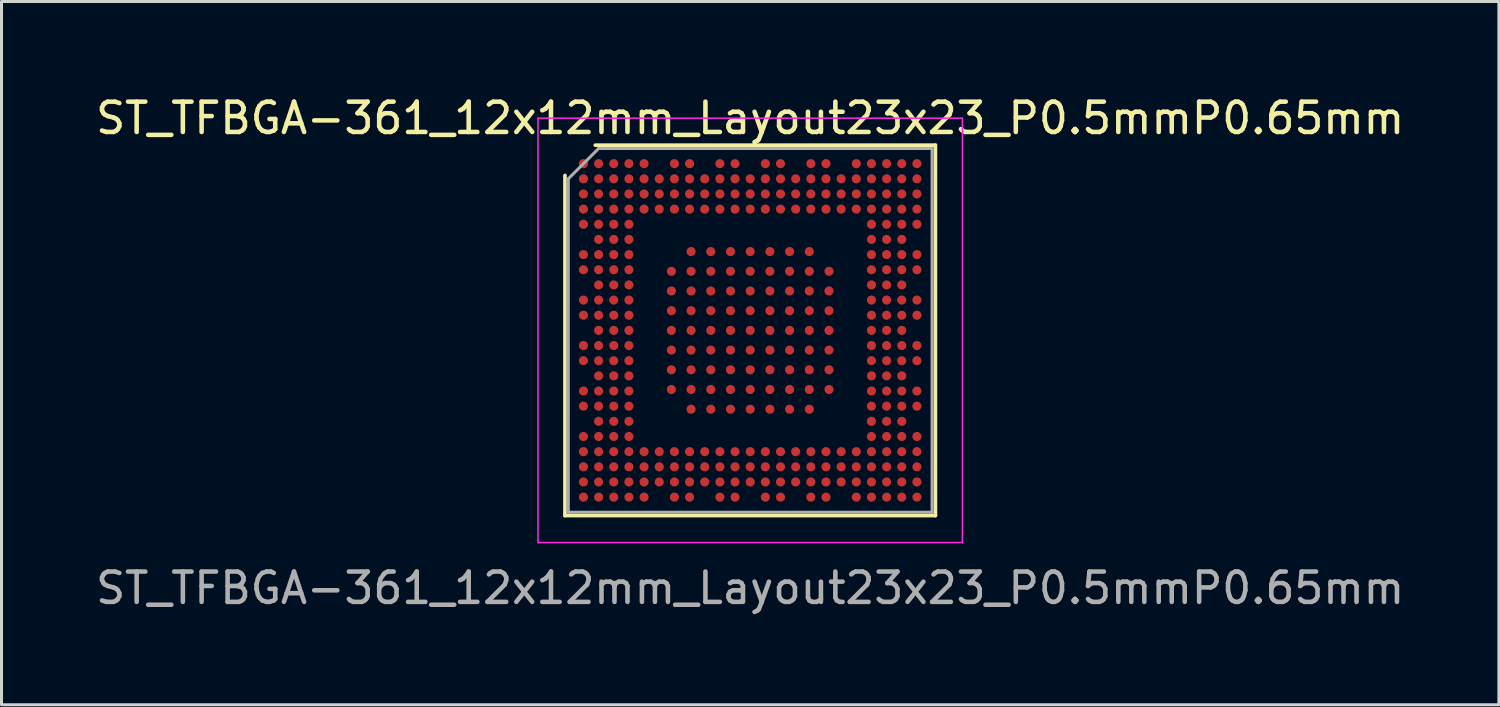
<source format=kicad_pcb>
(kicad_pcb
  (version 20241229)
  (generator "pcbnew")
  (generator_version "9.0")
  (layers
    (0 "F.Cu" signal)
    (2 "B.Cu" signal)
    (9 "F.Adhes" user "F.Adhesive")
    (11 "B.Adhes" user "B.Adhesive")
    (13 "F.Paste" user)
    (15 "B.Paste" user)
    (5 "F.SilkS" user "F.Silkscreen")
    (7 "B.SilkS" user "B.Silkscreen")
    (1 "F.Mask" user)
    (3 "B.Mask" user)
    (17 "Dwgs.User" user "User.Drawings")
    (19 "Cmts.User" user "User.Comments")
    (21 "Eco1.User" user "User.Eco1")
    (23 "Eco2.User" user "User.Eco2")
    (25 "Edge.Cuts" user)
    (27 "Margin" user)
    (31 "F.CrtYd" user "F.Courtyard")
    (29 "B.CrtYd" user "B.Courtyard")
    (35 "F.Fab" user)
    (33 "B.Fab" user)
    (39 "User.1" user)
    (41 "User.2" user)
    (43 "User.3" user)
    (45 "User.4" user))
  (footprint "ST_TFBGA-361_12x12mm_Layout23x23_P0.5mmP0.65mm"
    (layer "F.Cu")
    (at 21.696 7.848)
    (property "Reference" "ST_TFBGA-361_12x12mm_Layout23x23_P0.5mmP0.65mm" (at 0 -7 0) (layer "F.SilkS") (effects (font (size 1 1) (thickness 0.15))))
    (attr smd)
    (fp_line (start -6.11 6.11) (end -6.11 -5.11) (stroke (width 0.12) (type solid)) (layer "F.SilkS"))
    (fp_line (start -5.11 -6.11) (end 6.11 -6.11) (stroke (width 0.12) (type solid)) (layer "F.SilkS"))
    (fp_line (start 6.11 -6.11) (end 6.11 6.11) (stroke (width 0.12) (type solid)) (layer "F.SilkS"))
    (fp_line (start 6.11 6.11) (end -6.11 6.11) (stroke (width 0.12) (type solid)) (layer "F.SilkS"))
    (fp_line (start -7 -7) (end -7 7) (stroke (width 0.05) (type solid)) (layer "F.CrtYd"))
    (fp_line (start -7 7) (end 7 7) (stroke (width 0.05) (type solid)) (layer "F.CrtYd"))
    (fp_line (start 7 -7) (end -7 -7) (stroke (width 0.05) (type solid)) (layer "F.CrtYd"))
    (fp_line (start 7 7) (end 7 -7) (stroke (width 0.05) (type solid)) (layer "F.CrtYd"))
    (fp_line (start -6 -5) (end -5 -6) (stroke (width 0.1) (type solid)) (layer "F.Fab"))
    (fp_line (start -6 6) (end -6 -5) (stroke (width 0.1) (type solid)) (layer "F.Fab"))
    (fp_line (start -5 -6) (end 6 -6) (stroke (width 0.1) (type solid)) (layer "F.Fab"))
    (fp_line (start 6 -6) (end 6 6) (stroke (width 0.1) (type solid)) (layer "F.Fab"))
    (fp_line (start 6 6) (end -6 6) (stroke (width 0.1) (type solid)) (layer "F.Fab"))
    (fp_text user "${REFERENCE}" (at 0 8.5 0) (layer "F.Fab") (effects (font (size 1 1) (thickness 0.15))))
    (pad "1A2" smd circle (at -1.95 -2.6) (size 0.3 0.3) (layers "F.Cu" "F.Mask" "F.Paste"))
    (pad "1A3" smd circle (at -1.3 -2.6) (size 0.3 0.3) (layers "F.Cu" "F.Mask" "F.Paste"))
    (pad "1A4" smd circle (at -0.65 -2.6) (size 0.3 0.3) (layers "F.Cu" "F.Mask" "F.Paste"))
    (pad "1A5" smd circle (at 0 -2.6) (size 0.3 0.3) (layers "F.Cu" "F.Mask" "F.Paste"))
    (pad "1A6" smd circle (at 0.65 -2.6) (size 0.3 0.3) (layers "F.Cu" "F.Mask" "F.Paste"))
    (pad "1A7" smd circle (at 1.3 -2.6) (size 0.3 0.3) (layers "F.Cu" "F.Mask" "F.Paste"))
    (pad "1A8" smd circle (at 1.95 -2.6) (size 0.3 0.3) (layers "F.Cu" "F.Mask" "F.Paste"))
    (pad "1B1" smd circle (at -2.6 -1.95) (size 0.3 0.3) (layers "F.Cu" "F.Mask" "F.Paste"))
    (pad "1B2" smd circle (at -1.95 -1.95) (size 0.3 0.3) (layers "F.Cu" "F.Mask" "F.Paste"))
    (pad "1B3" smd circle (at -1.3 -1.95) (size 0.3 0.3) (layers "F.Cu" "F.Mask" "F.Paste"))
    (pad "1B4" smd circle (at -0.65 -1.95) (size 0.3 0.3) (layers "F.Cu" "F.Mask" "F.Paste"))
    (pad "1B5" smd circle (at 0 -1.95) (size 0.3 0.3) (layers "F.Cu" "F.Mask" "F.Paste"))
    (pad "1B6" smd circle (at 0.65 -1.95) (size 0.3 0.3) (layers "F.Cu" "F.Mask" "F.Paste"))
    (pad "1B7" smd circle (at 1.3 -1.95) (size 0.3 0.3) (layers "F.Cu" "F.Mask" "F.Paste"))
    (pad "1B8" smd circle (at 1.95 -1.95) (size 0.3 0.3) (layers "F.Cu" "F.Mask" "F.Paste"))
    (pad "1B9" smd circle (at 2.6 -1.95) (size 0.3 0.3) (layers "F.Cu" "F.Mask" "F.Paste"))
    (pad "1C1" smd circle (at -2.6 -1.3) (size 0.3 0.3) (layers "F.Cu" "F.Mask" "F.Paste"))
    (pad "1C2" smd circle (at -1.95 -1.3) (size 0.3 0.3) (layers "F.Cu" "F.Mask" "F.Paste"))
    (pad "1C3" smd circle (at -1.3 -1.3) (size 0.3 0.3) (layers "F.Cu" "F.Mask" "F.Paste"))
    (pad "1C4" smd circle (at -0.65 -1.3) (size 0.3 0.3) (layers "F.Cu" "F.Mask" "F.Paste"))
    (pad "1C5" smd circle (at 0 -1.3) (size 0.3 0.3) (layers "F.Cu" "F.Mask" "F.Paste"))
    (pad "1C6" smd circle (at 0.65 -1.3) (size 0.3 0.3) (layers "F.Cu" "F.Mask" "F.Paste"))
    (pad "1C7" smd circle (at 1.3 -1.3) (size 0.3 0.3) (layers "F.Cu" "F.Mask" "F.Paste"))
    (pad "1C8" smd circle (at 1.95 -1.3) (size 0.3 0.3) (layers "F.Cu" "F.Mask" "F.Paste"))
    (pad "1C9" smd circle (at 2.6 -1.3) (size 0.3 0.3) (layers "F.Cu" "F.Mask" "F.Paste"))
    (pad "1D1" smd circle (at -2.6 -0.65) (size 0.3 0.3) (layers "F.Cu" "F.Mask" "F.Paste"))
    (pad "1D2" smd circle (at -1.95 -0.65) (size 0.3 0.3) (layers "F.Cu" "F.Mask" "F.Paste"))
    (pad "1D3" smd circle (at -1.3 -0.65) (size 0.3 0.3) (layers "F.Cu" "F.Mask" "F.Paste"))
    (pad "1D4" smd circle (at -0.65 -0.65) (size 0.3 0.3) (layers "F.Cu" "F.Mask" "F.Paste"))
    (pad "1D5" smd circle (at 0 -0.65) (size 0.3 0.3) (layers "F.Cu" "F.Mask" "F.Paste"))
    (pad "1D6" smd circle (at 0.65 -0.65) (size 0.3 0.3) (layers "F.Cu" "F.Mask" "F.Paste"))
    (pad "1D7" smd circle (at 1.3 -0.65) (size 0.3 0.3) (layers "F.Cu" "F.Mask" "F.Paste"))
    (pad "1D8" smd circle (at 1.95 -0.65) (size 0.3 0.3) (layers "F.Cu" "F.Mask" "F.Paste"))
    (pad "1D9" smd circle (at 2.6 -0.65) (size 0.3 0.3) (layers "F.Cu" "F.Mask" "F.Paste"))
    (pad "1E1" smd circle (at -2.6 0) (size 0.3 0.3) (layers "F.Cu" "F.Mask" "F.Paste"))
    (pad "1E2" smd circle (at -1.95 0) (size 0.3 0.3) (layers "F.Cu" "F.Mask" "F.Paste"))
    (pad "1E3" smd circle (at -1.3 0) (size 0.3 0.3) (layers "F.Cu" "F.Mask" "F.Paste"))
    (pad "1E4" smd circle (at -0.65 0) (size 0.3 0.3) (layers "F.Cu" "F.Mask" "F.Paste"))
    (pad "1E5" smd circle (at 0 0) (size 0.3 0.3) (layers "F.Cu" "F.Mask" "F.Paste"))
    (pad "1E6" smd circle (at 0.65 0) (size 0.3 0.3) (layers "F.Cu" "F.Mask" "F.Paste"))
    (pad "1E7" smd circle (at 1.3 0) (size 0.3 0.3) (layers "F.Cu" "F.Mask" "F.Paste"))
    (pad "1E8" smd circle (at 1.95 0) (size 0.3 0.3) (layers "F.Cu" "F.Mask" "F.Paste"))
    (pad "1E9" smd circle (at 2.6 0) (size 0.3 0.3) (layers "F.Cu" "F.Mask" "F.Paste"))
    (pad "1F1" smd circle (at -2.6 0.65) (size 0.3 0.3) (layers "F.Cu" "F.Mask" "F.Paste"))
    (pad "1F2" smd circle (at -1.95 0.65) (size 0.3 0.3) (layers "F.Cu" "F.Mask" "F.Paste"))
    (pad "1F3" smd circle (at -1.3 0.65) (size 0.3 0.3) (layers "F.Cu" "F.Mask" "F.Paste"))
    (pad "1F4" smd circle (at -0.65 0.65) (size 0.3 0.3) (layers "F.Cu" "F.Mask" "F.Paste"))
    (pad "1F5" smd circle (at 0 0.65) (size 0.3 0.3) (layers "F.Cu" "F.Mask" "F.Paste"))
    (pad "1F6" smd circle (at 0.65 0.65) (size 0.3 0.3) (layers "F.Cu" "F.Mask" "F.Paste"))
    (pad "1F7" smd circle (at 1.3 0.65) (size 0.3 0.3) (layers "F.Cu" "F.Mask" "F.Paste"))
    (pad "1F8" smd circle (at 1.95 0.65) (size 0.3 0.3) (layers "F.Cu" "F.Mask" "F.Paste"))
    (pad "1F9" smd circle (at 2.6 0.65) (size 0.3 0.3) (layers "F.Cu" "F.Mask" "F.Paste"))
    (pad "1G1" smd circle (at -2.6 1.3) (size 0.3 0.3) (layers "F.Cu" "F.Mask" "F.Paste"))
    (pad "1G2" smd circle (at -1.95 1.3) (size 0.3 0.3) (layers "F.Cu" "F.Mask" "F.Paste"))
    (pad "1G3" smd circle (at -1.3 1.3) (size 0.3 0.3) (layers "F.Cu" "F.Mask" "F.Paste"))
    (pad "1G4" smd circle (at -0.65 1.3) (size 0.3 0.3) (layers "F.Cu" "F.Mask" "F.Paste"))
    (pad "1G5" smd circle (at 0 1.3) (size 0.3 0.3) (layers "F.Cu" "F.Mask" "F.Paste"))
    (pad "1G6" smd circle (at 0.65 1.3) (size 0.3 0.3) (layers "F.Cu" "F.Mask" "F.Paste"))
    (pad "1G7" smd circle (at 1.3 1.3) (size 0.3 0.3) (layers "F.Cu" "F.Mask" "F.Paste"))
    (pad "1G8" smd circle (at 1.95 1.3) (size 0.3 0.3) (layers "F.Cu" "F.Mask" "F.Paste"))
    (pad "1G9" smd circle (at 2.6 1.3) (size 0.3 0.3) (layers "F.Cu" "F.Mask" "F.Paste"))
    (pad "1H1" smd circle (at -2.6 1.95) (size 0.3 0.3) (layers "F.Cu" "F.Mask" "F.Paste"))
    (pad "1H2" smd circle (at -1.95 1.95) (size 0.3 0.3) (layers "F.Cu" "F.Mask" "F.Paste"))
    (pad "1H3" smd circle (at -1.3 1.95) (size 0.3 0.3) (layers "F.Cu" "F.Mask" "F.Paste"))
    (pad "1H4" smd circle (at -0.65 1.95) (size 0.3 0.3) (layers "F.Cu" "F.Mask" "F.Paste"))
    (pad "1H5" smd circle (at 0 1.95) (size 0.3 0.3) (layers "F.Cu" "F.Mask" "F.Paste"))
    (pad "1H6" smd circle (at 0.65 1.95) (size 0.3 0.3) (layers "F.Cu" "F.Mask" "F.Paste"))
    (pad "1H7" smd circle (at 1.3 1.95) (size 0.3 0.3) (layers "F.Cu" "F.Mask" "F.Paste"))
    (pad "1H8" smd circle (at 1.95 1.95) (size 0.3 0.3) (layers "F.Cu" "F.Mask" "F.Paste"))
    (pad "1H9" smd circle (at 2.6 1.95) (size 0.3 0.3) (layers "F.Cu" "F.Mask" "F.Paste"))
    (pad "1J2" smd circle (at -1.95 2.6) (size 0.3 0.3) (layers "F.Cu" "F.Mask" "F.Paste"))
    (pad "1J3" smd circle (at -1.3 2.6) (size 0.3 0.3) (layers "F.Cu" "F.Mask" "F.Paste"))
    (pad "1J4" smd circle (at -0.65 2.6) (size 0.3 0.3) (layers "F.Cu" "F.Mask" "F.Paste"))
    (pad "1J5" smd circle (at 0 2.6) (size 0.3 0.3) (layers "F.Cu" "F.Mask" "F.Paste"))
    (pad "1J6" smd circle (at 0.65 2.6) (size 0.3 0.3) (layers "F.Cu" "F.Mask" "F.Paste"))
    (pad "1J7" smd circle (at 1.3 2.6) (size 0.3 0.3) (layers "F.Cu" "F.Mask" "F.Paste"))
    (pad "1J8" smd circle (at 1.95 2.6) (size 0.3 0.3) (layers "F.Cu" "F.Mask" "F.Paste"))
    (pad "A1" smd circle (at -5.5 -5.5) (size 0.3 0.3) (layers "F.Cu" "F.Mask" "F.Paste"))
    (pad "A2" smd circle (at -5 -5.5) (size 0.3 0.3) (layers "F.Cu" "F.Mask" "F.Paste"))
    (pad "A3" smd circle (at -4.5 -5.5) (size 0.3 0.3) (layers "F.Cu" "F.Mask" "F.Paste"))
    (pad "A4" smd circle (at -4 -5.5) (size 0.3 0.3) (layers "F.Cu" "F.Mask" "F.Paste"))
    (pad "A5" smd circle (at -3.5 -5.5) (size 0.3 0.3) (layers "F.Cu" "F.Mask" "F.Paste"))
    (pad "A7" smd circle (at -2.5 -5.5) (size 0.3 0.3) (layers "F.Cu" "F.Mask" "F.Paste"))
    (pad "A8" smd circle (at -2 -5.5) (size 0.3 0.3) (layers "F.Cu" "F.Mask" "F.Paste"))
    (pad "A10" smd circle (at -1 -5.5) (size 0.3 0.3) (layers "F.Cu" "F.Mask" "F.Paste"))
    (pad "A11" smd circle (at -0.5 -5.5) (size 0.3 0.3) (layers "F.Cu" "F.Mask" "F.Paste"))
    (pad "A13" smd circle (at 0.5 -5.5) (size 0.3 0.3) (layers "F.Cu" "F.Mask" "F.Paste"))
    (pad "A14" smd circle (at 1 -5.5) (size 0.3 0.3) (layers "F.Cu" "F.Mask" "F.Paste"))
    (pad "A16" smd circle (at 2 -5.5) (size 0.3 0.3) (layers "F.Cu" "F.Mask" "F.Paste"))
    (pad "A17" smd circle (at 2.5 -5.5) (size 0.3 0.3) (layers "F.Cu" "F.Mask" "F.Paste"))
    (pad "A19" smd circle (at 3.5 -5.5) (size 0.3 0.3) (layers "F.Cu" "F.Mask" "F.Paste"))
    (pad "A20" smd circle (at 4 -5.5) (size 0.3 0.3) (layers "F.Cu" "F.Mask" "F.Paste"))
    (pad "A21" smd circle (at 4.5 -5.5) (size 0.3 0.3) (layers "F.Cu" "F.Mask" "F.Paste"))
    (pad "A22" smd circle (at 5 -5.5) (size 0.3 0.3) (layers "F.Cu" "F.Mask" "F.Paste"))
    (pad "A23" smd circle (at 5.5 -5.5) (size 0.3 0.3) (layers "F.Cu" "F.Mask" "F.Paste"))
    (pad "AA1" smd circle (at -5.5 4.5) (size 0.3 0.3) (layers "F.Cu" "F.Mask" "F.Paste"))
    (pad "AA2" smd circle (at -5 4.5) (size 0.3 0.3) (layers "F.Cu" "F.Mask" "F.Paste"))
    (pad "AA3" smd circle (at -4.5 4.5) (size 0.3 0.3) (layers "F.Cu" "F.Mask" "F.Paste"))
    (pad "AA4" smd circle (at -4 4.5) (size 0.3 0.3) (layers "F.Cu" "F.Mask" "F.Paste"))
    (pad "AA5" smd circle (at -3.5 4.5) (size 0.3 0.3) (layers "F.Cu" "F.Mask" "F.Paste"))
    (pad "AA6" smd circle (at -3 4.5) (size 0.3 0.3) (layers "F.Cu" "F.Mask" "F.Paste"))
    (pad "AA7" smd circle (at -2.5 4.5) (size 0.3 0.3) (layers "F.Cu" "F.Mask" "F.Paste"))
    (pad "AA8" smd circle (at -2 4.5) (size 0.3 0.3) (layers "F.Cu" "F.Mask" "F.Paste"))
    (pad "AA9" smd circle (at -1.5 4.5) (size 0.3 0.3) (layers "F.Cu" "F.Mask" "F.Paste"))
    (pad "AA10" smd circle (at -1 4.5) (size 0.3 0.3) (layers "F.Cu" "F.Mask" "F.Paste"))
    (pad "AA11" smd circle (at -0.5 4.5) (size 0.3 0.3) (layers "F.Cu" "F.Mask" "F.Paste"))
    (pad "AA12" smd circle (at 0 4.5) (size 0.3 0.3) (layers "F.Cu" "F.Mask" "F.Paste"))
    (pad "AA13" smd circle (at 0.5 4.5) (size 0.3 0.3) (layers "F.Cu" "F.Mask" "F.Paste"))
    (pad "AA14" smd circle (at 1 4.5) (size 0.3 0.3) (layers "F.Cu" "F.Mask" "F.Paste"))
    (pad "AA15" smd circle (at 1.5 4.5) (size 0.3 0.3) (layers "F.Cu" "F.Mask" "F.Paste"))
    (pad "AA16" smd circle (at 2 4.5) (size 0.3 0.3) (layers "F.Cu" "F.Mask" "F.Paste"))
    (pad "AA17" smd circle (at 2.5 4.5) (size 0.3 0.3) (layers "F.Cu" "F.Mask" "F.Paste"))
    (pad "AA18" smd circle (at 3 4.5) (size 0.3 0.3) (layers "F.Cu" "F.Mask" "F.Paste"))
    (pad "AA19" smd circle (at 3.5 4.5) (size 0.3 0.3) (layers "F.Cu" "F.Mask" "F.Paste"))
    (pad "AA20" smd circle (at 4 4.5) (size 0.3 0.3) (layers "F.Cu" "F.Mask" "F.Paste"))
    (pad "AA21" smd circle (at 4.5 4.5) (size 0.3 0.3) (layers "F.Cu" "F.Mask" "F.Paste"))
    (pad "AA22" smd circle (at 5 4.5) (size 0.3 0.3) (layers "F.Cu" "F.Mask" "F.Paste"))
    (pad "AA23" smd circle (at 5.5 4.5) (size 0.3 0.3) (layers "F.Cu" "F.Mask" "F.Paste"))
    (pad "AB1" smd circle (at -5.5 5) (size 0.3 0.3) (layers "F.Cu" "F.Mask" "F.Paste"))
    (pad "AB2" smd circle (at -5 5) (size 0.3 0.3) (layers "F.Cu" "F.Mask" "F.Paste"))
    (pad "AB3" smd circle (at -4.5 5) (size 0.3 0.3) (layers "F.Cu" "F.Mask" "F.Paste"))
    (pad "AB4" smd circle (at -4 5) (size 0.3 0.3) (layers "F.Cu" "F.Mask" "F.Paste"))
    (pad "AB5" smd circle (at -3.5 5) (size 0.3 0.3) (layers "F.Cu" "F.Mask" "F.Paste"))
    (pad "AB6" smd circle (at -3 5) (size 0.3 0.3) (layers "F.Cu" "F.Mask" "F.Paste"))
    (pad "AB7" smd circle (at -2.5 5) (size 0.3 0.3) (layers "F.Cu" "F.Mask" "F.Paste"))
    (pad "AB8" smd circle (at -2 5) (size 0.3 0.3) (layers "F.Cu" "F.Mask" "F.Paste"))
    (pad "AB9" smd circle (at -1.5 5) (size 0.3 0.3) (layers "F.Cu" "F.Mask" "F.Paste"))
    (pad "AB10" smd circle (at -1 5) (size 0.3 0.3) (layers "F.Cu" "F.Mask" "F.Paste"))
    (pad "AB11" smd circle (at -0.5 5) (size 0.3 0.3) (layers "F.Cu" "F.Mask" "F.Paste"))
    (pad "AB12" smd circle (at 0 5) (size 0.3 0.3) (layers "F.Cu" "F.Mask" "F.Paste"))
    (pad "AB13" smd circle (at 0.5 5) (size 0.3 0.3) (layers "F.Cu" "F.Mask" "F.Paste"))
    (pad "AB14" smd circle (at 1 5) (size 0.3 0.3) (layers "F.Cu" "F.Mask" "F.Paste"))
    (pad "AB15" smd circle (at 1.5 5) (size 0.3 0.3) (layers "F.Cu" "F.Mask" "F.Paste"))
    (pad "AB16" smd circle (at 2 5) (size 0.3 0.3) (layers "F.Cu" "F.Mask" "F.Paste"))
    (pad "AB17" smd circle (at 2.5 5) (size 0.3 0.3) (layers "F.Cu" "F.Mask" "F.Paste"))
    (pad "AB18" smd circle (at 3 5) (size 0.3 0.3) (layers "F.Cu" "F.Mask" "F.Paste"))
    (pad "AB19" smd circle (at 3.5 5) (size 0.3 0.3) (layers "F.Cu" "F.Mask" "F.Paste"))
    (pad "AB20" smd circle (at 4 5) (size 0.3 0.3) (layers "F.Cu" "F.Mask" "F.Paste"))
    (pad "AB21" smd circle (at 4.5 5) (size 0.3 0.3) (layers "F.Cu" "F.Mask" "F.Paste"))
    (pad "AB22" smd circle (at 5 5) (size 0.3 0.3) (layers "F.Cu" "F.Mask" "F.Paste"))
    (pad "AB23" smd circle (at 5.5 5) (size 0.3 0.3) (layers "F.Cu" "F.Mask" "F.Paste"))
    (pad "AC1" smd circle (at -5.5 5.5) (size 0.3 0.3) (layers "F.Cu" "F.Mask" "F.Paste"))
    (pad "AC2" smd circle (at -5 5.5) (size 0.3 0.3) (layers "F.Cu" "F.Mask" "F.Paste"))
    (pad "AC3" smd circle (at -4.5 5.5) (size 0.3 0.3) (layers "F.Cu" "F.Mask" "F.Paste"))
    (pad "AC4" smd circle (at -4 5.5) (size 0.3 0.3) (layers "F.Cu" "F.Mask" "F.Paste"))
    (pad "AC5" smd circle (at -3.5 5.5) (size 0.3 0.3) (layers "F.Cu" "F.Mask" "F.Paste"))
    (pad "AC7" smd circle (at -2.5 5.5) (size 0.3 0.3) (layers "F.Cu" "F.Mask" "F.Paste"))
    (pad "AC8" smd circle (at -2 5.5) (size 0.3 0.3) (layers "F.Cu" "F.Mask" "F.Paste"))
    (pad "AC10" smd circle (at -1 5.5) (size 0.3 0.3) (layers "F.Cu" "F.Mask" "F.Paste"))
    (pad "AC11" smd circle (at -0.5 5.5) (size 0.3 0.3) (layers "F.Cu" "F.Mask" "F.Paste"))
    (pad "AC13" smd circle (at 0.5 5.5) (size 0.3 0.3) (layers "F.Cu" "F.Mask" "F.Paste"))
    (pad "AC14" smd circle (at 1 5.5) (size 0.3 0.3) (layers "F.Cu" "F.Mask" "F.Paste"))
    (pad "AC16" smd circle (at 2 5.5) (size 0.3 0.3) (layers "F.Cu" "F.Mask" "F.Paste"))
    (pad "AC17" smd circle (at 2.5 5.5) (size 0.3 0.3) (layers "F.Cu" "F.Mask" "F.Paste"))
    (pad "AC19" smd circle (at 3.5 5.5) (size 0.3 0.3) (layers "F.Cu" "F.Mask" "F.Paste"))
    (pad "AC20" smd circle (at 4 5.5) (size 0.3 0.3) (layers "F.Cu" "F.Mask" "F.Paste"))
    (pad "AC21" smd circle (at 4.5 5.5) (size 0.3 0.3) (layers "F.Cu" "F.Mask" "F.Paste"))
    (pad "AC22" smd circle (at 5 5.5) (size 0.3 0.3) (layers "F.Cu" "F.Mask" "F.Paste"))
    (pad "AC23" smd circle (at 5.5 5.5) (size 0.3 0.3) (layers "F.Cu" "F.Mask" "F.Paste"))
    (pad "B1" smd circle (at -5.5 -5) (size 0.3 0.3) (layers "F.Cu" "F.Mask" "F.Paste"))
    (pad "B2" smd circle (at -5 -5) (size 0.3 0.3) (layers "F.Cu" "F.Mask" "F.Paste"))
    (pad "B3" smd circle (at -4.5 -5) (size 0.3 0.3) (layers "F.Cu" "F.Mask" "F.Paste"))
    (pad "B4" smd circle (at -4 -5) (size 0.3 0.3) (layers "F.Cu" "F.Mask" "F.Paste"))
    (pad "B5" smd circle (at -3.5 -5) (size 0.3 0.3) (layers "F.Cu" "F.Mask" "F.Paste"))
    (pad "B6" smd circle (at -3 -5) (size 0.3 0.3) (layers "F.Cu" "F.Mask" "F.Paste"))
    (pad "B7" smd circle (at -2.5 -5) (size 0.3 0.3) (layers "F.Cu" "F.Mask" "F.Paste"))
    (pad "B8" smd circle (at -2 -5) (size 0.3 0.3) (layers "F.Cu" "F.Mask" "F.Paste"))
    (pad "B9" smd circle (at -1.5 -5) (size 0.3 0.3) (layers "F.Cu" "F.Mask" "F.Paste"))
    (pad "B10" smd circle (at -1 -5) (size 0.3 0.3) (layers "F.Cu" "F.Mask" "F.Paste"))
    (pad "B11" smd circle (at -0.5 -5) (size 0.3 0.3) (layers "F.Cu" "F.Mask" "F.Paste"))
    (pad "B12" smd circle (at 0 -5) (size 0.3 0.3) (layers "F.Cu" "F.Mask" "F.Paste"))
    (pad "B13" smd circle (at 0.5 -5) (size 0.3 0.3) (layers "F.Cu" "F.Mask" "F.Paste"))
    (pad "B14" smd circle (at 1 -5) (size 0.3 0.3) (layers "F.Cu" "F.Mask" "F.Paste"))
    (pad "B15" smd circle (at 1.5 -5) (size 0.3 0.3) (layers "F.Cu" "F.Mask" "F.Paste"))
    (pad "B16" smd circle (at 2 -5) (size 0.3 0.3) (layers "F.Cu" "F.Mask" "F.Paste"))
    (pad "B17" smd circle (at 2.5 -5) (size 0.3 0.3) (layers "F.Cu" "F.Mask" "F.Paste"))
    (pad "B18" smd circle (at 3 -5) (size 0.3 0.3) (layers "F.Cu" "F.Mask" "F.Paste"))
    (pad "B19" smd circle (at 3.5 -5) (size 0.3 0.3) (layers "F.Cu" "F.Mask" "F.Paste"))
    (pad "B20" smd circle (at 4 -5) (size 0.3 0.3) (layers "F.Cu" "F.Mask" "F.Paste"))
    (pad "B21" smd circle (at 4.5 -5) (size 0.3 0.3) (layers "F.Cu" "F.Mask" "F.Paste"))
    (pad "B22" smd circle (at 5 -5) (size 0.3 0.3) (layers "F.Cu" "F.Mask" "F.Paste"))
    (pad "B23" smd circle (at 5.5 -5) (size 0.3 0.3) (layers "F.Cu" "F.Mask" "F.Paste"))
    (pad "C1" smd circle (at -5.5 -4.5) (size 0.3 0.3) (layers "F.Cu" "F.Mask" "F.Paste"))
    (pad "C2" smd circle (at -5 -4.5) (size 0.3 0.3) (layers "F.Cu" "F.Mask" "F.Paste"))
    (pad "C3" smd circle (at -4.5 -4.5) (size 0.3 0.3) (layers "F.Cu" "F.Mask" "F.Paste"))
    (pad "C4" smd circle (at -4 -4.5) (size 0.3 0.3) (layers "F.Cu" "F.Mask" "F.Paste"))
    (pad "C5" smd circle (at -3.5 -4.5) (size 0.3 0.3) (layers "F.Cu" "F.Mask" "F.Paste"))
    (pad "C6" smd circle (at -3 -4.5) (size 0.3 0.3) (layers "F.Cu" "F.Mask" "F.Paste"))
    (pad "C7" smd circle (at -2.5 -4.5) (size 0.3 0.3) (layers "F.Cu" "F.Mask" "F.Paste"))
    (pad "C8" smd circle (at -2 -4.5) (size 0.3 0.3) (layers "F.Cu" "F.Mask" "F.Paste"))
    (pad "C9" smd circle (at -1.5 -4.5) (size 0.3 0.3) (layers "F.Cu" "F.Mask" "F.Paste"))
    (pad "C10" smd circle (at -1 -4.5) (size 0.3 0.3) (layers "F.Cu" "F.Mask" "F.Paste"))
    (pad "C11" smd circle (at -0.5 -4.5) (size 0.3 0.3) (layers "F.Cu" "F.Mask" "F.Paste"))
    (pad "C12" smd circle (at 0 -4.5) (size 0.3 0.3) (layers "F.Cu" "F.Mask" "F.Paste"))
    (pad "C13" smd circle (at 0.5 -4.5) (size 0.3 0.3) (layers "F.Cu" "F.Mask" "F.Paste"))
    (pad "C14" smd circle (at 1 -4.5) (size 0.3 0.3) (layers "F.Cu" "F.Mask" "F.Paste"))
    (pad "C15" smd circle (at 1.5 -4.5) (size 0.3 0.3) (layers "F.Cu" "F.Mask" "F.Paste"))
    (pad "C16" smd circle (at 2 -4.5) (size 0.3 0.3) (layers "F.Cu" "F.Mask" "F.Paste"))
    (pad "C17" smd circle (at 2.5 -4.5) (size 0.3 0.3) (layers "F.Cu" "F.Mask" "F.Paste"))
    (pad "C18" smd circle (at 3 -4.5) (size 0.3 0.3) (layers "F.Cu" "F.Mask" "F.Paste"))
    (pad "C19" smd circle (at 3.5 -4.5) (size 0.3 0.3) (layers "F.Cu" "F.Mask" "F.Paste"))
    (pad "C20" smd circle (at 4 -4.5) (size 0.3 0.3) (layers "F.Cu" "F.Mask" "F.Paste"))
    (pad "C21" smd circle (at 4.5 -4.5) (size 0.3 0.3) (layers "F.Cu" "F.Mask" "F.Paste"))
    (pad "C22" smd circle (at 5 -4.5) (size 0.3 0.3) (layers "F.Cu" "F.Mask" "F.Paste"))
    (pad "C23" smd circle (at 5.5 -4.5) (size 0.3 0.3) (layers "F.Cu" "F.Mask" "F.Paste"))
    (pad "D1" smd circle (at -5.5 -4) (size 0.3 0.3) (layers "F.Cu" "F.Mask" "F.Paste"))
    (pad "D2" smd circle (at -5 -4) (size 0.3 0.3) (layers "F.Cu" "F.Mask" "F.Paste"))
    (pad "D3" smd circle (at -4.5 -4) (size 0.3 0.3) (layers "F.Cu" "F.Mask" "F.Paste"))
    (pad "D4" smd circle (at -4 -4) (size 0.3 0.3) (layers "F.Cu" "F.Mask" "F.Paste"))
    (pad "D5" smd circle (at -3.5 -4) (size 0.3 0.3) (layers "F.Cu" "F.Mask" "F.Paste"))
    (pad "D6" smd circle (at -3 -4) (size 0.3 0.3) (layers "F.Cu" "F.Mask" "F.Paste"))
    (pad "D7" smd circle (at -2.5 -4) (size 0.3 0.3) (layers "F.Cu" "F.Mask" "F.Paste"))
    (pad "D8" smd circle (at -2 -4) (size 0.3 0.3) (layers "F.Cu" "F.Mask" "F.Paste"))
    (pad "D9" smd circle (at -1.5 -4) (size 0.3 0.3) (layers "F.Cu" "F.Mask" "F.Paste"))
    (pad "D10" smd circle (at -1 -4) (size 0.3 0.3) (layers "F.Cu" "F.Mask" "F.Paste"))
    (pad "D11" smd circle (at -0.5 -4) (size 0.3 0.3) (layers "F.Cu" "F.Mask" "F.Paste"))
    (pad "D12" smd circle (at 0 -4) (size 0.3 0.3) (layers "F.Cu" "F.Mask" "F.Paste"))
    (pad "D13" smd circle (at 0.5 -4) (size 0.3 0.3) (layers "F.Cu" "F.Mask" "F.Paste"))
    (pad "D14" smd circle (at 1 -4) (size 0.3 0.3) (layers "F.Cu" "F.Mask" "F.Paste"))
    (pad "D15" smd circle (at 1.5 -4) (size 0.3 0.3) (layers "F.Cu" "F.Mask" "F.Paste"))
    (pad "D16" smd circle (at 2 -4) (size 0.3 0.3) (layers "F.Cu" "F.Mask" "F.Paste"))
    (pad "D17" smd circle (at 2.5 -4) (size 0.3 0.3) (layers "F.Cu" "F.Mask" "F.Paste"))
    (pad "D18" smd circle (at 3 -4) (size 0.3 0.3) (layers "F.Cu" "F.Mask" "F.Paste"))
    (pad "D19" smd circle (at 3.5 -4) (size 0.3 0.3) (layers "F.Cu" "F.Mask" "F.Paste"))
    (pad "D20" smd circle (at 4 -4) (size 0.3 0.3) (layers "F.Cu" "F.Mask" "F.Paste"))
    (pad "D21" smd circle (at 4.5 -4) (size 0.3 0.3) (layers "F.Cu" "F.Mask" "F.Paste"))
    (pad "D22" smd circle (at 5 -4) (size 0.3 0.3) (layers "F.Cu" "F.Mask" "F.Paste"))
    (pad "D23" smd circle (at 5.5 -4) (size 0.3 0.3) (layers "F.Cu" "F.Mask" "F.Paste"))
    (pad "E1" smd circle (at -5.5 -3.5) (size 0.3 0.3) (layers "F.Cu" "F.Mask" "F.Paste"))
    (pad "E2" smd circle (at -5 -3.5) (size 0.3 0.3) (layers "F.Cu" "F.Mask" "F.Paste"))
    (pad "E3" smd circle (at -4.5 -3.5) (size 0.3 0.3) (layers "F.Cu" "F.Mask" "F.Paste"))
    (pad "E4" smd circle (at -4 -3.5) (size 0.3 0.3) (layers "F.Cu" "F.Mask" "F.Paste"))
    (pad "E20" smd circle (at 4 -3.5) (size 0.3 0.3) (layers "F.Cu" "F.Mask" "F.Paste"))
    (pad "E21" smd circle (at 4.5 -3.5) (size 0.3 0.3) (layers "F.Cu" "F.Mask" "F.Paste"))
    (pad "E22" smd circle (at 5 -3.5) (size 0.3 0.3) (layers "F.Cu" "F.Mask" "F.Paste"))
    (pad "E23" smd circle (at 5.5 -3.5) (size 0.3 0.3) (layers "F.Cu" "F.Mask" "F.Paste"))
    (pad "F2" smd circle (at -5 -3) (size 0.3 0.3) (layers "F.Cu" "F.Mask" "F.Paste"))
    (pad "F3" smd circle (at -4.5 -3) (size 0.3 0.3) (layers "F.Cu" "F.Mask" "F.Paste"))
    (pad "F4" smd circle (at -4 -3) (size 0.3 0.3) (layers "F.Cu" "F.Mask" "F.Paste"))
    (pad "F20" smd circle (at 4 -3) (size 0.3 0.3) (layers "F.Cu" "F.Mask" "F.Paste"))
    (pad "F21" smd circle (at 4.5 -3) (size 0.3 0.3) (layers "F.Cu" "F.Mask" "F.Paste"))
    (pad "F22" smd circle (at 5 -3) (size 0.3 0.3) (layers "F.Cu" "F.Mask" "F.Paste"))
    (pad "G1" smd circle (at -5.5 -2.5) (size 0.3 0.3) (layers "F.Cu" "F.Mask" "F.Paste"))
    (pad "G2" smd circle (at -5 -2.5) (size 0.3 0.3) (layers "F.Cu" "F.Mask" "F.Paste"))
    (pad "G3" smd circle (at -4.5 -2.5) (size 0.3 0.3) (layers "F.Cu" "F.Mask" "F.Paste"))
    (pad "G4" smd circle (at -4 -2.5) (size 0.3 0.3) (layers "F.Cu" "F.Mask" "F.Paste"))
    (pad "G20" smd circle (at 4 -2.5) (size 0.3 0.3) (layers "F.Cu" "F.Mask" "F.Paste"))
    (pad "G21" smd circle (at 4.5 -2.5) (size 0.3 0.3) (layers "F.Cu" "F.Mask" "F.Paste"))
    (pad "G22" smd circle (at 5 -2.5) (size 0.3 0.3) (layers "F.Cu" "F.Mask" "F.Paste"))
    (pad "G23" smd circle (at 5.5 -2.5) (size 0.3 0.3) (layers "F.Cu" "F.Mask" "F.Paste"))
    (pad "H1" smd circle (at -5.5 -2) (size 0.3 0.3) (layers "F.Cu" "F.Mask" "F.Paste"))
    (pad "H2" smd circle (at -5 -2) (size 0.3 0.3) (layers "F.Cu" "F.Mask" "F.Paste"))
    (pad "H3" smd circle (at -4.5 -2) (size 0.3 0.3) (layers "F.Cu" "F.Mask" "F.Paste"))
    (pad "H4" smd circle (at -4 -2) (size 0.3 0.3) (layers "F.Cu" "F.Mask" "F.Paste"))
    (pad "H20" smd circle (at 4 -2) (size 0.3 0.3) (layers "F.Cu" "F.Mask" "F.Paste"))
    (pad "H21" smd circle (at 4.5 -2) (size 0.3 0.3) (layers "F.Cu" "F.Mask" "F.Paste"))
    (pad "H22" smd circle (at 5 -2) (size 0.3 0.3) (layers "F.Cu" "F.Mask" "F.Paste"))
    (pad "H23" smd circle (at 5.5 -2) (size 0.3 0.3) (layers "F.Cu" "F.Mask" "F.Paste"))
    (pad "J2" smd circle (at -5 -1.5) (size 0.3 0.3) (layers "F.Cu" "F.Mask" "F.Paste"))
    (pad "J3" smd circle (at -4.5 -1.5) (size 0.3 0.3) (layers "F.Cu" "F.Mask" "F.Paste"))
    (pad "J4" smd circle (at -4 -1.5) (size 0.3 0.3) (layers "F.Cu" "F.Mask" "F.Paste"))
    (pad "J20" smd circle (at 4 -1.5) (size 0.3 0.3) (layers "F.Cu" "F.Mask" "F.Paste"))
    (pad "J21" smd circle (at 4.5 -1.5) (size 0.3 0.3) (layers "F.Cu" "F.Mask" "F.Paste"))
    (pad "J22" smd circle (at 5 -1.5) (size 0.3 0.3) (layers "F.Cu" "F.Mask" "F.Paste"))
    (pad "K1" smd circle (at -5.5 -1) (size 0.3 0.3) (layers "F.Cu" "F.Mask" "F.Paste"))
    (pad "K2" smd circle (at -5 -1) (size 0.3 0.3) (layers "F.Cu" "F.Mask" "F.Paste"))
    (pad "K3" smd circle (at -4.5 -1) (size 0.3 0.3) (layers "F.Cu" "F.Mask" "F.Paste"))
    (pad "K4" smd circle (at -4 -1) (size 0.3 0.3) (layers "F.Cu" "F.Mask" "F.Paste"))
    (pad "K20" smd circle (at 4 -1) (size 0.3 0.3) (layers "F.Cu" "F.Mask" "F.Paste"))
    (pad "K21" smd circle (at 4.5 -1) (size 0.3 0.3) (layers "F.Cu" "F.Mask" "F.Paste"))
    (pad "K22" smd circle (at 5 -1) (size 0.3 0.3) (layers "F.Cu" "F.Mask" "F.Paste"))
    (pad "K23" smd circle (at 5.5 -1) (size 0.3 0.3) (layers "F.Cu" "F.Mask" "F.Paste"))
    (pad "L1" smd circle (at -5.5 -0.5) (size 0.3 0.3) (layers "F.Cu" "F.Mask" "F.Paste"))
    (pad "L2" smd circle (at -5 -0.5) (size 0.3 0.3) (layers "F.Cu" "F.Mask" "F.Paste"))
    (pad "L3" smd circle (at -4.5 -0.5) (size 0.3 0.3) (layers "F.Cu" "F.Mask" "F.Paste"))
    (pad "L4" smd circle (at -4 -0.5) (size 0.3 0.3) (layers "F.Cu" "F.Mask" "F.Paste"))
    (pad "L20" smd circle (at 4 -0.5) (size 0.3 0.3) (layers "F.Cu" "F.Mask" "F.Paste"))
    (pad "L21" smd circle (at 4.5 -0.5) (size 0.3 0.3) (layers "F.Cu" "F.Mask" "F.Paste"))
    (pad "L22" smd circle (at 5 -0.5) (size 0.3 0.3) (layers "F.Cu" "F.Mask" "F.Paste"))
    (pad "L23" smd circle (at 5.5 -0.5) (size 0.3 0.3) (layers "F.Cu" "F.Mask" "F.Paste"))
    (pad "M2" smd circle (at -5 0) (size 0.3 0.3) (layers "F.Cu" "F.Mask" "F.Paste"))
    (pad "M3" smd circle (at -4.5 0) (size 0.3 0.3) (layers "F.Cu" "F.Mask" "F.Paste"))
    (pad "M4" smd circle (at -4 0) (size 0.3 0.3) (layers "F.Cu" "F.Mask" "F.Paste"))
    (pad "M20" smd circle (at 4 0) (size 0.3 0.3) (layers "F.Cu" "F.Mask" "F.Paste"))
    (pad "M21" smd circle (at 4.5 0) (size 0.3 0.3) (layers "F.Cu" "F.Mask" "F.Paste"))
    (pad "M22" smd circle (at 5 0) (size 0.3 0.3) (layers "F.Cu" "F.Mask" "F.Paste"))
    (pad "N1" smd circle (at -5.5 0.5) (size 0.3 0.3) (layers "F.Cu" "F.Mask" "F.Paste"))
    (pad "N2" smd circle (at -5 0.5) (size 0.3 0.3) (layers "F.Cu" "F.Mask" "F.Paste"))
    (pad "N3" smd circle (at -4.5 0.5) (size 0.3 0.3) (layers "F.Cu" "F.Mask" "F.Paste"))
    (pad "N4" smd circle (at -4 0.5) (size 0.3 0.3) (layers "F.Cu" "F.Mask" "F.Paste"))
    (pad "N20" smd circle (at 4 0.5) (size 0.3 0.3) (layers "F.Cu" "F.Mask" "F.Paste"))
    (pad "N21" smd circle (at 4.5 0.5) (size 0.3 0.3) (layers "F.Cu" "F.Mask" "F.Paste"))
    (pad "N22" smd circle (at 5 0.5) (size 0.3 0.3) (layers "F.Cu" "F.Mask" "F.Paste"))
    (pad "N23" smd circle (at 5.5 0.5) (size 0.3 0.3) (layers "F.Cu" "F.Mask" "F.Paste"))
    (pad "P1" smd circle (at -5.5 1) (size 0.3 0.3) (layers "F.Cu" "F.Mask" "F.Paste"))
    (pad "P2" smd circle (at -5 1) (size 0.3 0.3) (layers "F.Cu" "F.Mask" "F.Paste"))
    (pad "P3" smd circle (at -4.5 1) (size 0.3 0.3) (layers "F.Cu" "F.Mask" "F.Paste"))
    (pad "P4" smd circle (at -4 1) (size 0.3 0.3) (layers "F.Cu" "F.Mask" "F.Paste"))
    (pad "P20" smd circle (at 4 1) (size 0.3 0.3) (layers "F.Cu" "F.Mask" "F.Paste"))
    (pad "P21" smd circle (at 4.5 1) (size 0.3 0.3) (layers "F.Cu" "F.Mask" "F.Paste"))
    (pad "P22" smd circle (at 5 1) (size 0.3 0.3) (layers "F.Cu" "F.Mask" "F.Paste"))
    (pad "P23" smd circle (at 5.5 1) (size 0.3 0.3) (layers "F.Cu" "F.Mask" "F.Paste"))
    (pad "R2" smd circle (at -5 1.5) (size 0.3 0.3) (layers "F.Cu" "F.Mask" "F.Paste"))
    (pad "R3" smd circle (at -4.5 1.5) (size 0.3 0.3) (layers "F.Cu" "F.Mask" "F.Paste"))
    (pad "R4" smd circle (at -4 1.5) (size 0.3 0.3) (layers "F.Cu" "F.Mask" "F.Paste"))
    (pad "R20" smd circle (at 4 1.5) (size 0.3 0.3) (layers "F.Cu" "F.Mask" "F.Paste"))
    (pad "R21" smd circle (at 4.5 1.5) (size 0.3 0.3) (layers "F.Cu" "F.Mask" "F.Paste"))
    (pad "R22" smd circle (at 5 1.5) (size 0.3 0.3) (layers "F.Cu" "F.Mask" "F.Paste"))
    (pad "T1" smd circle (at -5.5 2) (size 0.3 0.3) (layers "F.Cu" "F.Mask" "F.Paste"))
    (pad "T2" smd circle (at -5 2) (size 0.3 0.3) (layers "F.Cu" "F.Mask" "F.Paste"))
    (pad "T3" smd circle (at -4.5 2) (size 0.3 0.3) (layers "F.Cu" "F.Mask" "F.Paste"))
    (pad "T4" smd circle (at -4 2) (size 0.3 0.3) (layers "F.Cu" "F.Mask" "F.Paste"))
    (pad "T20" smd circle (at 4 2) (size 0.3 0.3) (layers "F.Cu" "F.Mask" "F.Paste"))
    (pad "T21" smd circle (at 4.5 2) (size 0.3 0.3) (layers "F.Cu" "F.Mask" "F.Paste"))
    (pad "T22" smd circle (at 5 2) (size 0.3 0.3) (layers "F.Cu" "F.Mask" "F.Paste"))
    (pad "T23" smd circle (at 5.5 2) (size 0.3 0.3) (layers "F.Cu" "F.Mask" "F.Paste"))
    (pad "U1" smd circle (at -5.5 2.5) (size 0.3 0.3) (layers "F.Cu" "F.Mask" "F.Paste"))
    (pad "U2" smd circle (at -5 2.5) (size 0.3 0.3) (layers "F.Cu" "F.Mask" "F.Paste"))
    (pad "U3" smd circle (at -4.5 2.5) (size 0.3 0.3) (layers "F.Cu" "F.Mask" "F.Paste"))
    (pad "U4" smd circle (at -4 2.5) (size 0.3 0.3) (layers "F.Cu" "F.Mask" "F.Paste"))
    (pad "U20" smd circle (at 4 2.5) (size 0.3 0.3) (layers "F.Cu" "F.Mask" "F.Paste"))
    (pad "U21" smd circle (at 4.5 2.5) (size 0.3 0.3) (layers "F.Cu" "F.Mask" "F.Paste"))
    (pad "U22" smd circle (at 5 2.5) (size 0.3 0.3) (layers "F.Cu" "F.Mask" "F.Paste"))
    (pad "U23" smd circle (at 5.5 2.5) (size 0.3 0.3) (layers "F.Cu" "F.Mask" "F.Paste"))
    (pad "V2" smd circle (at -5 3) (size 0.3 0.3) (layers "F.Cu" "F.Mask" "F.Paste"))
    (pad "V3" smd circle (at -4.5 3) (size 0.3 0.3) (layers "F.Cu" "F.Mask" "F.Paste"))
    (pad "V4" smd circle (at -4 3) (size 0.3 0.3) (layers "F.Cu" "F.Mask" "F.Paste"))
    (pad "V20" smd circle (at 4 3) (size 0.3 0.3) (layers "F.Cu" "F.Mask" "F.Paste"))
    (pad "V21" smd circle (at 4.5 3) (size 0.3 0.3) (layers "F.Cu" "F.Mask" "F.Paste"))
    (pad "V22" smd circle (at 5 3) (size 0.3 0.3) (layers "F.Cu" "F.Mask" "F.Paste"))
    (pad "W1" smd circle (at -5.5 3.5) (size 0.3 0.3) (layers "F.Cu" "F.Mask" "F.Paste"))
    (pad "W2" smd circle (at -5 3.5) (size 0.3 0.3) (layers "F.Cu" "F.Mask" "F.Paste"))
    (pad "W3" smd circle (at -4.5 3.5) (size 0.3 0.3) (layers "F.Cu" "F.Mask" "F.Paste"))
    (pad "W4" smd circle (at -4 3.5) (size 0.3 0.3) (layers "F.Cu" "F.Mask" "F.Paste"))
    (pad "W20" smd circle (at 4 3.5) (size 0.3 0.3) (layers "F.Cu" "F.Mask" "F.Paste"))
    (pad "W21" smd circle (at 4.5 3.5) (size 0.3 0.3) (layers "F.Cu" "F.Mask" "F.Paste"))
    (pad "W22" smd circle (at 5 3.5) (size 0.3 0.3) (layers "F.Cu" "F.Mask" "F.Paste"))
    (pad "W23" smd circle (at 5.5 3.5) (size 0.3 0.3) (layers "F.Cu" "F.Mask" "F.Paste"))
    (pad "Y1" smd circle (at -5.5 4) (size 0.3 0.3) (layers "F.Cu" "F.Mask" "F.Paste"))
    (pad "Y2" smd circle (at -5 4) (size 0.3 0.3) (layers "F.Cu" "F.Mask" "F.Paste"))
    (pad "Y3" smd circle (at -4.5 4) (size 0.3 0.3) (layers "F.Cu" "F.Mask" "F.Paste"))
    (pad "Y4" smd circle (at -4 4) (size 0.3 0.3) (layers "F.Cu" "F.Mask" "F.Paste"))
    (pad "Y5" smd circle (at -3.5 4) (size 0.3 0.3) (layers "F.Cu" "F.Mask" "F.Paste"))
    (pad "Y6" smd circle (at -3 4) (size 0.3 0.3) (layers "F.Cu" "F.Mask" "F.Paste"))
    (pad "Y7" smd circle (at -2.5 4) (size 0.3 0.3) (layers "F.Cu" "F.Mask" "F.Paste"))
    (pad "Y8" smd circle (at -2 4) (size 0.3 0.3) (layers "F.Cu" "F.Mask" "F.Paste"))
    (pad "Y9" smd circle (at -1.5 4) (size 0.3 0.3) (layers "F.Cu" "F.Mask" "F.Paste"))
    (pad "Y10" smd circle (at -1 4) (size 0.3 0.3) (layers "F.Cu" "F.Mask" "F.Paste"))
    (pad "Y11" smd circle (at -0.5 4) (size 0.3 0.3) (layers "F.Cu" "F.Mask" "F.Paste"))
    (pad "Y12" smd circle (at 0 4) (size 0.3 0.3) (layers "F.Cu" "F.Mask" "F.Paste"))
    (pad "Y13" smd circle (at 0.5 4) (size 0.3 0.3) (layers "F.Cu" "F.Mask" "F.Paste"))
    (pad "Y14" smd circle (at 1 4) (size 0.3 0.3) (layers "F.Cu" "F.Mask" "F.Paste"))
    (pad "Y15" smd circle (at 1.5 4) (size 0.3 0.3) (layers "F.Cu" "F.Mask" "F.Paste"))
    (pad "Y16" smd circle (at 2 4) (size 0.3 0.3) (layers "F.Cu" "F.Mask" "F.Paste"))
    (pad "Y17" smd circle (at 2.5 4) (size 0.3 0.3) (layers "F.Cu" "F.Mask" "F.Paste"))
    (pad "Y18" smd circle (at 3 4) (size 0.3 0.3) (layers "F.Cu" "F.Mask" "F.Paste"))
    (pad "Y19" smd circle (at 3.5 4) (size 0.3 0.3) (layers "F.Cu" "F.Mask" "F.Paste"))
    (pad "Y20" smd circle (at 4 4) (size 0.3 0.3) (layers "F.Cu" "F.Mask" "F.Paste"))
    (pad "Y21" smd circle (at 4.5 4) (size 0.3 0.3) (layers "F.Cu" "F.Mask" "F.Paste"))
    (pad "Y22" smd circle (at 5 4) (size 0.3 0.3) (layers "F.Cu" "F.Mask" "F.Paste"))
    (pad "Y23" smd circle (at 5.5 4) (size 0.3 0.3) (layers "F.Cu" "F.Mask" "F.Paste")))
  (gr_rect
    (start -3 -3)
    (end 46.393 20.197)
    (stroke (width 0.1) (type default))
    (fill no)
    (layer "Edge.Cuts")))
</source>
